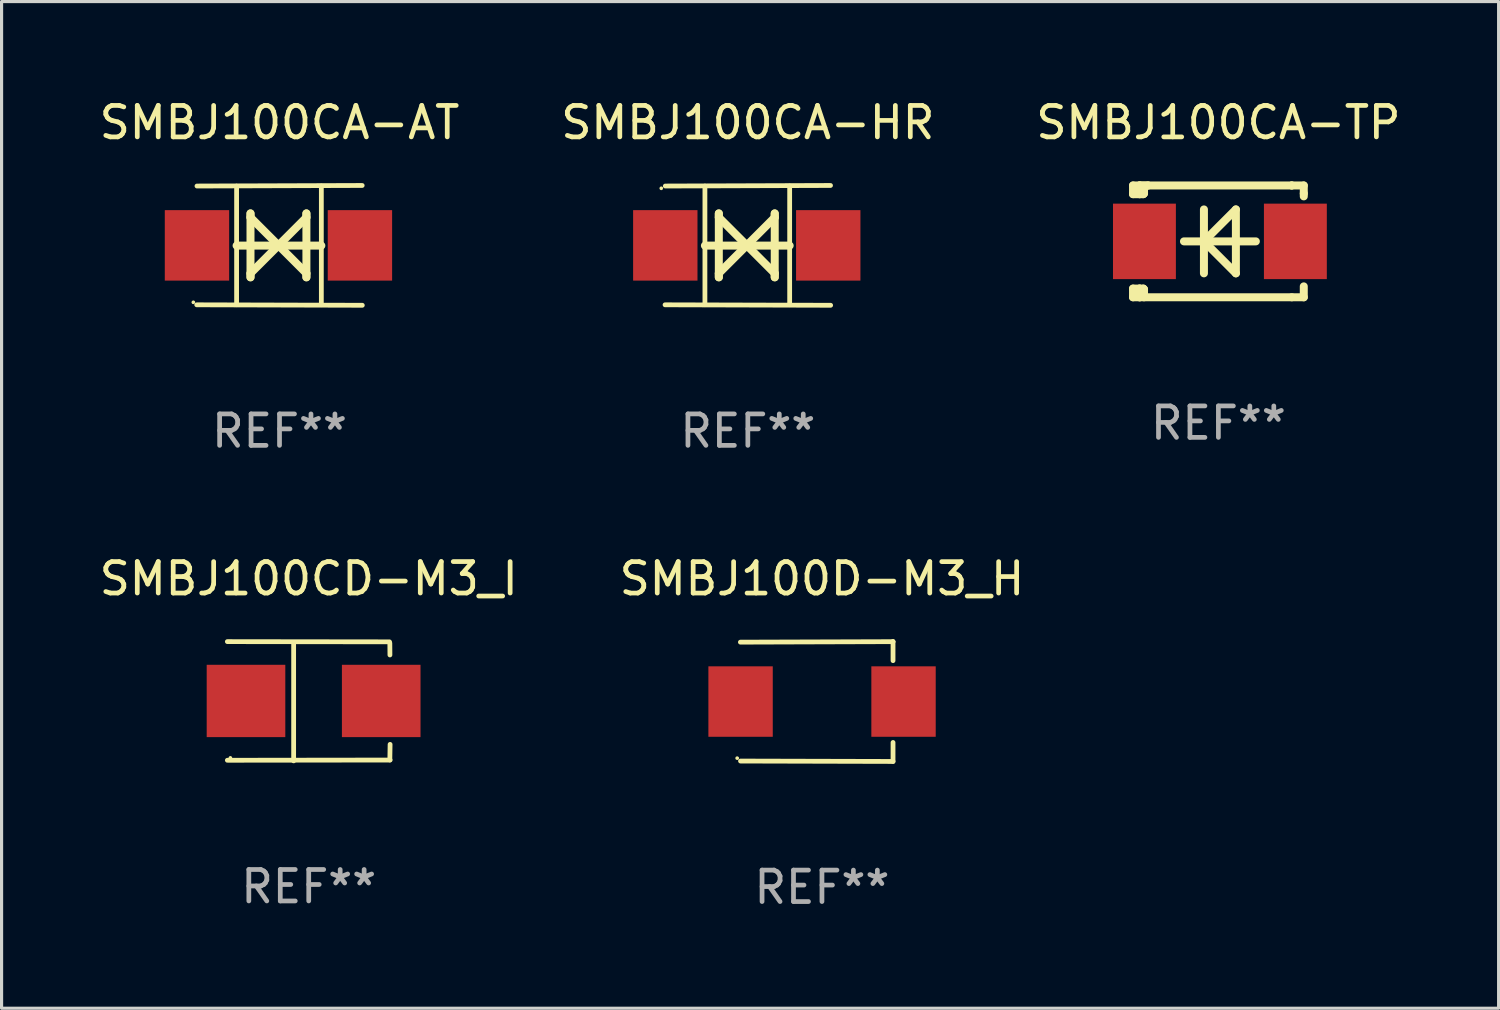
<source format=kicad_pcb>
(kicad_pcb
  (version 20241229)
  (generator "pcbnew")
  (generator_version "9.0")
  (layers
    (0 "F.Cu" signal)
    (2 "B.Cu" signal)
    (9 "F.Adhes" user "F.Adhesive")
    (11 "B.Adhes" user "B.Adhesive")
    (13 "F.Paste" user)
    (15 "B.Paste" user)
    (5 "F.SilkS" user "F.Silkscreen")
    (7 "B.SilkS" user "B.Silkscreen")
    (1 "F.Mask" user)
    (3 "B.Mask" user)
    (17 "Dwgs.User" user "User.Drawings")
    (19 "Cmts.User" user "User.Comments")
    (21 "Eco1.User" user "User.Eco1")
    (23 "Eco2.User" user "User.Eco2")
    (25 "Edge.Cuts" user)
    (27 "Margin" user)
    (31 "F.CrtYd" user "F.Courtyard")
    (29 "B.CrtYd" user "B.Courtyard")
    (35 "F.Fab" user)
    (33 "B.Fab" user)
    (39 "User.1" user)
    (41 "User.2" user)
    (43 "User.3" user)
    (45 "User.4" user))
  (footprint "SMBJ100D-M3_H"
    (layer "F.Cu")
    (at 23.089 19.26)
    (property "Reference" "SMBJ100D-M3_H" (at 0 -3.905 0) (layer "F.SilkS") (effects (font (size 1 1) (thickness 0.15))))
    (attr through_hole)
    (fp_line (start 2.256 -1.905) (end -2.594 -1.889) (stroke (width 0.152) (type solid)) (layer "F.SilkS"))
    (fp_line (start 2.256 -1.905) (end 2.26 -1.905) (stroke (width 0.152) (type solid)) (layer "F.SilkS"))
    (fp_line (start 2.26 -1.905) (end 2.26 -1.301) (stroke (width 0.152) (type solid)) (layer "F.SilkS"))
    (fp_line (start 2.26 1.301) (end 2.26 1.905) (stroke (width 0.152) (type solid)) (layer "F.SilkS"))
    (fp_line (start 2.26 1.905) (end -2.59 1.892) (stroke (width 0.152) (type solid)) (layer "F.SilkS"))
    (fp_circle (center -2.697 1.8) (end -2.667 1.8) (stroke (width 0.06) (type solid)) (fill no) (layer "F.SilkS"))
    (fp_text user "REF**" (at 0 5.905 0) (layer "F.Fab") (effects (font (size 1 1) (thickness 0.15))))
    (pad "1" smd rect (at -2.588 0) (size 2.047 2.241) (layers "F.Cu" "F.Mask" "F.Paste"))
    (pad "2" smd rect (at 2.594 0) (size 2.047 2.241) (layers "F.Cu" "F.Mask" "F.Paste")))
  (footprint "SMBJ100CA-HR"
    (layer "F.Cu")
    (at 20.732 4.753)
    (property "Reference" "SMBJ100CA-HR" (at 0 -3.905 0) (layer "F.SilkS") (effects (font (size 1 1) (thickness 0.15))))
    (attr through_hole)
    (fp_line (start -1.365 1.886) (end -1.365 -1.886) (stroke (width 0.152) (type solid)) (layer "F.SilkS"))
    (fp_line (start -1.365 0.008) (end 1.33 0.008) (stroke (width 0.254) (type solid)) (layer "F.SilkS"))
    (fp_line (start -0.923 -1.016) (end -0.923 1.016) (stroke (width 0.254) (type solid)) (layer "F.SilkS"))
    (fp_line (start -0.923 -0.889) (end -0.923 -1.016) (stroke (width 0.254) (type solid)) (layer "F.SilkS"))
    (fp_line (start -0.923 0.889) (end -0.034 0) (stroke (width 0.254) (type solid)) (layer "F.SilkS"))
    (fp_line (start -0.923 1.016) (end -0.923 0.889) (stroke (width 0.254) (type solid)) (layer "F.SilkS"))
    (fp_line (start -0.034 0) (end -0.923 -0.889) (stroke (width 0.254) (type solid)) (layer "F.SilkS"))
    (fp_line (start -0.034 0) (end 0.855 0.889) (stroke (width 0.254) (type solid)) (layer "F.SilkS"))
    (fp_line (start 0.855 -1.016) (end 0.855 -0.889) (stroke (width 0.254) (type solid)) (layer "F.SilkS"))
    (fp_line (start 0.855 -0.889) (end -0.034 0) (stroke (width 0.254) (type solid)) (layer "F.SilkS"))
    (fp_line (start 0.855 0.889) (end 0.855 1.016) (stroke (width 0.254) (type solid)) (layer "F.SilkS"))
    (fp_line (start 0.855 1.016) (end 0.855 -1.016) (stroke (width 0.254) (type solid)) (layer "F.SilkS"))
    (fp_line (start 1.33 1.886) (end 1.33 -1.886) (stroke (width 0.152) (type solid)) (layer "F.SilkS"))
    (fp_line (start 2.629 -1.905) (end -2.625 -1.887) (stroke (width 0.152) (type solid)) (layer "F.SilkS"))
    (fp_line (start 2.633 1.905) (end -2.633 1.89) (stroke (width 0.152) (type solid)) (layer "F.SilkS"))
    (fp_circle (center -2.753 -1.816) (end -2.723 -1.816) (stroke (width 0.06) (type solid)) (fill no) (layer "F.SilkS"))
    (fp_text user "REF**" (at 0 5.905 0) (layer "F.Fab") (effects (font (size 1 1) (thickness 0.15))))
    (pad "1" smd rect (at -2.625 0) (size 2.047 2.241) (layers "F.Cu" "F.Mask" "F.Paste"))
    (pad "2" smd rect (at 2.557 0) (size 2.047 2.241) (layers "F.Cu" "F.Mask" "F.Paste")))
  (footprint "SMBJ100CA-TP"
    (layer "F.Cu")
    (at 35.696 4.626)
    (property "Reference" "SMBJ100CA-TP" (at 0 -3.778 0) (layer "F.SilkS") (effects (font (size 1 1) (thickness 0.15))))
    (attr through_hole)
    (fp_line (start -2.715 -1.778) (end -2.715 -1.501) (stroke (width 0.254) (type solid)) (layer "F.SilkS"))
    (fp_line (start -2.715 -1.501) (end -2.505 -1.501) (stroke (width 0.254) (type solid)) (layer "F.SilkS"))
    (fp_line (start -2.715 1.501) (end -2.715 1.778) (stroke (width 0.254) (type solid)) (layer "F.SilkS"))
    (fp_line (start -2.715 1.501) (end -2.505 1.501) (stroke (width 0.254) (type solid)) (layer "F.SilkS"))
    (fp_line (start -2.715 1.778) (end -2.504 1.778) (stroke (width 0.254) (type solid)) (layer "F.SilkS"))
    (fp_line (start -2.505 -1.778) (end -2.715 -1.778) (stroke (width 0.254) (type solid)) (layer "F.SilkS"))
    (fp_line (start -2.505 -1.778) (end -2.238 -1.778) (stroke (width 0.254) (type solid)) (layer "F.SilkS"))
    (fp_line (start -2.505 -1.501) (end -2.505 -1.651) (stroke (width 0.254) (type solid)) (layer "F.SilkS"))
    (fp_line (start -2.505 -1.501) (end -2.388 -1.501) (stroke (width 0.254) (type solid)) (layer "F.SilkS"))
    (fp_line (start -2.505 1.501) (end -2.505 1.778) (stroke (width 0.254) (type solid)) (layer "F.SilkS"))
    (fp_line (start -2.505 1.501) (end -2.388 1.501) (stroke (width 0.254) (type solid)) (layer "F.SilkS"))
    (fp_line (start -2.388 1.501) (end -2.365 1.524) (stroke (width 0.254) (type solid)) (layer "F.SilkS"))
    (fp_line (start -2.388 -1.501) (end -2.365 -1.524) (stroke (width 0.254) (type solid)) (layer "F.SilkS"))
    (fp_line (start -2.365 -1.651) (end -2.505 -1.778) (stroke (width 0.254) (type solid)) (layer "F.SilkS"))
    (fp_line (start -2.365 -1.524) (end -2.365 -1.651) (stroke (width 0.254) (type solid)) (layer "F.SilkS"))
    (fp_line (start -2.365 1.524) (end -2.365 1.778) (stroke (width 0.254) (type solid)) (layer "F.SilkS"))
    (fp_line (start -2.239 -1.778) (end 2.333 -1.778) (stroke (width 0.254) (type solid)) (layer "F.SilkS"))
    (fp_line (start -2.238 -1.778) (end -2.505 -1.778) (stroke (width 0.254) (type solid)) (layer "F.SilkS"))
    (fp_line (start -1.095 0) (end 1.191 0) (stroke (width 0.254) (type solid)) (layer "F.SilkS"))
    (fp_line (start -0.46 -1.016) (end -0.46 1.016) (stroke (width 0.254) (type solid)) (layer "F.SilkS"))
    (fp_line (start -0.46 -0.000127) (end 0.556 1.016) (stroke (width 0.254) (type solid)) (layer "F.SilkS"))
    (fp_line (start 0.556 -1.016) (end 0.556 1.016) (stroke (width 0.254) (type solid)) (layer "F.SilkS"))
    (fp_line (start 0.556 -1.016) (end -0.46 -0.000127) (stroke (width 0.254) (type solid)) (layer "F.SilkS"))
    (fp_line (start 2.333 -1.778) (end 2.333 -1.778) (stroke (width 0.254) (type solid)) (layer "F.SilkS"))
    (fp_line (start 2.333 -1.778) (end 2.715 -1.778) (stroke (width 0.254) (type solid)) (layer "F.SilkS"))
    (fp_line (start 2.334 1.778) (end -2.504 1.778) (stroke (width 0.254) (type solid)) (layer "F.SilkS"))
    (fp_line (start 2.715 -1.778) (end 2.715 -1.524) (stroke (width 0.254) (type solid)) (layer "F.SilkS"))
    (fp_line (start 2.715 -1.524) (end 2.715 -1.431) (stroke (width 0.254) (type solid)) (layer "F.SilkS"))
    (fp_line (start 2.715 1.431) (end 2.715 1.778) (stroke (width 0.254) (type solid)) (layer "F.SilkS"))
    (fp_line (start 2.715 1.778) (end 2.334 1.778) (stroke (width 0.254) (type solid)) (layer "F.SilkS"))
    (fp_circle (center -2.602 1.8) (end -2.572 1.8) (stroke (width 0.06) (type solid)) (fill no) (layer "F.SilkS"))
    (fp_text user "REF**" (at 0 5.778 0) (layer "F.Fab") (effects (font (size 1 1) (thickness 0.15))))
    (pad "1" smd rect (at -2.352 -0.000076) (size 2 2.4) (layers "F.Cu" "F.Mask" "F.Paste"))
    (pad "2" smd rect (at 2.448 -0.000076) (size 2 2.4) (layers "F.Cu" "F.Mask" "F.Paste")))
  (footprint "SMBJ100CD-M3_I"
    (layer "F.Cu")
    (at 6.768 19.25)
    (property "Reference" "SMBJ100CD-M3_I" (at 0 -3.896 0) (layer "F.SilkS") (effects (font (size 1 1) (thickness 0.15))))
    (attr through_hole)
    (fp_line (start -2.588 -1.896) (end 2.568 -1.889) (stroke (width 0.152) (type solid)) (layer "F.SilkS"))
    (fp_line (start -2.588 1.877) (end 2.588 1.87) (stroke (width 0.152) (type solid)) (layer "F.SilkS"))
    (fp_line (start -0.48 1.896) (end -0.48 -1.871) (stroke (width 0.152) (type solid)) (layer "F.SilkS"))
    (fp_line (start 2.579 -1.849) (end 2.582 -1.472) (stroke (width 0.152) (type solid)) (layer "F.SilkS"))
    (fp_line (start 2.579 1.867) (end 2.587 1.372) (stroke (width 0.152) (type solid)) (layer "F.SilkS"))
    (fp_circle (center -2.492 1.801) (end -2.462 1.801) (stroke (width 0.06) (type solid)) (fill no) (layer "F.SilkS"))
    (fp_text user "REF**" (at 0 5.896 0) (layer "F.Fab") (effects (font (size 1 1) (thickness 0.15))))
    (pad "1" smd rect (at -1.995 -0.009) (size 2.5 2.3) (layers "F.Cu" "F.Mask" "F.Paste"))
    (pad "2" smd rect (at 2.305 -0.009) (size 2.5 2.3) (layers "F.Cu" "F.Mask" "F.Paste")))
  (footprint "SMBJ100CA-AT"
    (layer "F.Cu")
    (at 5.839 4.753)
    (property "Reference" "SMBJ100CA-AT" (at 0 -3.905 0) (layer "F.SilkS") (effects (font (size 1 1) (thickness 0.15))))
    (attr through_hole)
    (fp_line (start -1.365 1.886) (end -1.365 -1.886) (stroke (width 0.152) (type solid)) (layer "F.SilkS"))
    (fp_line (start -1.365 0.008) (end 1.33 0.008) (stroke (width 0.254) (type solid)) (layer "F.SilkS"))
    (fp_line (start -0.923 -1.016) (end -0.923 1.016) (stroke (width 0.254) (type solid)) (layer "F.SilkS"))
    (fp_line (start -0.923 -0.889) (end -0.923 -1.016) (stroke (width 0.254) (type solid)) (layer "F.SilkS"))
    (fp_line (start -0.923 0.889) (end -0.034 0) (stroke (width 0.254) (type solid)) (layer "F.SilkS"))
    (fp_line (start -0.923 1.016) (end -0.923 0.889) (stroke (width 0.254) (type solid)) (layer "F.SilkS"))
    (fp_line (start -0.034 0) (end -0.923 -0.889) (stroke (width 0.254) (type solid)) (layer "F.SilkS"))
    (fp_line (start -0.034 0) (end 0.855 0.889) (stroke (width 0.254) (type solid)) (layer "F.SilkS"))
    (fp_line (start 0.855 -1.016) (end 0.855 -0.889) (stroke (width 0.254) (type solid)) (layer "F.SilkS"))
    (fp_line (start 0.855 -0.889) (end -0.034 0) (stroke (width 0.254) (type solid)) (layer "F.SilkS"))
    (fp_line (start 0.855 0.889) (end 0.855 1.016) (stroke (width 0.254) (type solid)) (layer "F.SilkS"))
    (fp_line (start 0.855 1.016) (end 0.855 -1.016) (stroke (width 0.254) (type solid)) (layer "F.SilkS"))
    (fp_line (start 1.33 1.886) (end 1.33 -1.886) (stroke (width 0.152) (type solid)) (layer "F.SilkS"))
    (fp_line (start 2.629 -1.905) (end -2.625 -1.887) (stroke (width 0.152) (type solid)) (layer "F.SilkS"))
    (fp_line (start 2.633 1.905) (end -2.633 1.89) (stroke (width 0.152) (type solid)) (layer "F.SilkS"))
    (fp_circle (center -2.741 1.81) (end -2.711 1.81) (stroke (width 0.06) (type solid)) (fill no) (layer "F.SilkS"))
    (fp_text user "REF**" (at 0 5.905 0) (layer "F.Fab") (effects (font (size 1 1) (thickness 0.15))))
    (pad "1" smd rect (at -2.625 0) (size 2.047 2.241) (layers "F.Cu" "F.Mask" "F.Paste"))
    (pad "2" smd rect (at 2.557 0) (size 2.047 2.241) (layers "F.Cu" "F.Mask" "F.Paste")))
  (gr_rect
    (start -3 -3)
    (end 44.607 29.013)
    (stroke (width 0.1) (type default))
    (fill no)
    (layer "Edge.Cuts")))
</source>
